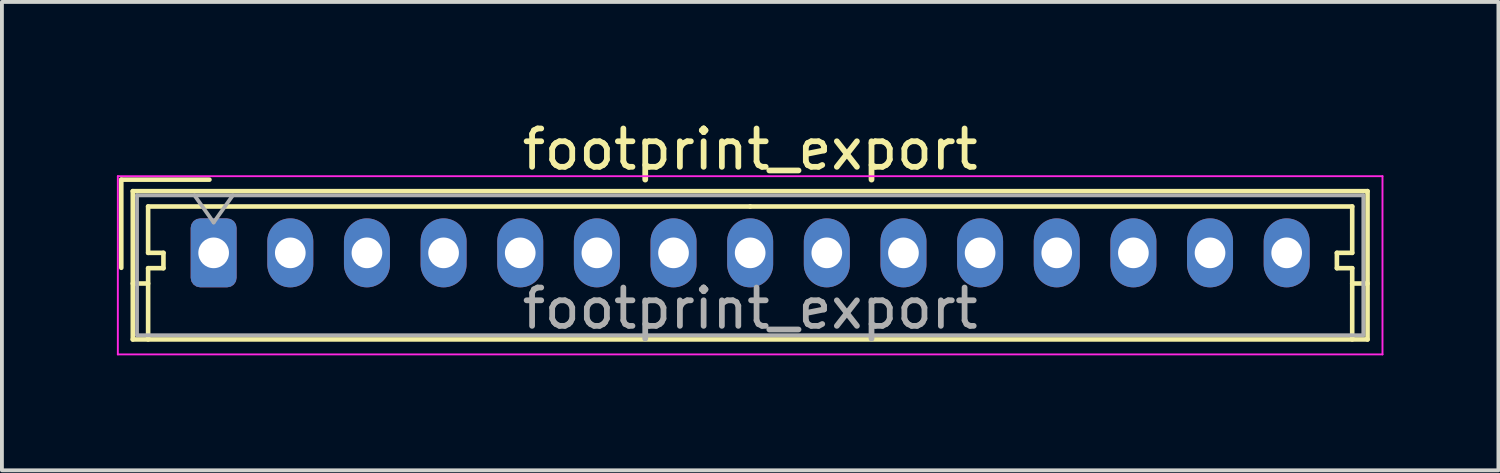
<source format=kicad_pcb>
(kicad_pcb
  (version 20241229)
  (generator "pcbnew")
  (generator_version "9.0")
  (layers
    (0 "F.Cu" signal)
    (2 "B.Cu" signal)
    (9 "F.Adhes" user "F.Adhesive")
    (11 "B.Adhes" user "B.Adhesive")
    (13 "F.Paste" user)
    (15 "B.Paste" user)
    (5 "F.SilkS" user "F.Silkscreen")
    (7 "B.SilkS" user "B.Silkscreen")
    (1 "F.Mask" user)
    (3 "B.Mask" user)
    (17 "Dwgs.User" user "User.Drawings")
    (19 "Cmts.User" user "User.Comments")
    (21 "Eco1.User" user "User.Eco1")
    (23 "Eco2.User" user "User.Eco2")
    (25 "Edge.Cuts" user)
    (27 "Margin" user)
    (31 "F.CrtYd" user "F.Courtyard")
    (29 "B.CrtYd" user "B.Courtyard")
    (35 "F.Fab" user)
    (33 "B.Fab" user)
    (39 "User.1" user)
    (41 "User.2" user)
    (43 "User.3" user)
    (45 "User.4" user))
  (footprint "footprint_export"
    (layer "F.Cu")
    (at 2.525 3.548)
    (property "Reference" "footprint_export" (at 14 -2.7 0) (layer "F.SilkS") (effects (font (size 1 1) (thickness 0.15))))
    (attr through_hole)
    (fp_line (start -2.41 -1.91) (end -2.41 0.39) (stroke (width 0.12) (type solid)) (layer "F.SilkS"))
    (fp_line (start -2.11 -1.61) (end -2.11 2.26) (stroke (width 0.12) (type solid)) (layer "F.SilkS"))
    (fp_line (start -2.11 0.8) (end -1.71 0.8) (stroke (width 0.12) (type solid)) (layer "F.SilkS"))
    (fp_line (start -2.11 2.26) (end 30.11 2.26) (stroke (width 0.12) (type solid)) (layer "F.SilkS"))
    (fp_line (start -1.71 -1.21) (end -1.71 0) (stroke (width 0.12) (type solid)) (layer "F.SilkS"))
    (fp_line (start -1.71 0) (end -1.31 0) (stroke (width 0.12) (type solid)) (layer "F.SilkS"))
    (fp_line (start -1.71 0.4) (end -1.71 2.26) (stroke (width 0.12) (type solid)) (layer "F.SilkS"))
    (fp_line (start -1.31 0) (end -1.31 0.4) (stroke (width 0.12) (type solid)) (layer "F.SilkS"))
    (fp_line (start -1.31 0.4) (end -1.71 0.4) (stroke (width 0.12) (type solid)) (layer "F.SilkS"))
    (fp_line (start -0.11 -1.91) (end -2.41 -1.91) (stroke (width 0.12) (type solid)) (layer "F.SilkS"))
    (fp_line (start 14 -1.21) (end -1.71 -1.21) (stroke (width 0.12) (type solid)) (layer "F.SilkS"))
    (fp_line (start 14 -1.21) (end 29.71 -1.21) (stroke (width 0.12) (type solid)) (layer "F.SilkS"))
    (fp_line (start 29.31 0) (end 29.31 0.4) (stroke (width 0.12) (type solid)) (layer "F.SilkS"))
    (fp_line (start 29.31 0.4) (end 29.71 0.4) (stroke (width 0.12) (type solid)) (layer "F.SilkS"))
    (fp_line (start 29.71 -1.21) (end 29.71 0) (stroke (width 0.12) (type solid)) (layer "F.SilkS"))
    (fp_line (start 29.71 0) (end 29.31 0) (stroke (width 0.12) (type solid)) (layer "F.SilkS"))
    (fp_line (start 29.71 0.4) (end 29.71 2.26) (stroke (width 0.12) (type solid)) (layer "F.SilkS"))
    (fp_line (start 30.11 -1.61) (end -2.11 -1.61) (stroke (width 0.12) (type solid)) (layer "F.SilkS"))
    (fp_line (start 30.11 0.8) (end 29.71 0.8) (stroke (width 0.12) (type solid)) (layer "F.SilkS"))
    (fp_line (start 30.11 2.26) (end 30.11 -1.61) (stroke (width 0.12) (type solid)) (layer "F.SilkS"))
    (fp_line (start -2.5 -2) (end -2.5 2.65) (stroke (width 0.05) (type solid)) (layer "F.CrtYd"))
    (fp_line (start -2.5 2.65) (end 30.5 2.65) (stroke (width 0.05) (type solid)) (layer "F.CrtYd"))
    (fp_line (start 30.5 -2) (end -2.5 -2) (stroke (width 0.05) (type solid)) (layer "F.CrtYd"))
    (fp_line (start 30.5 2.65) (end 30.5 -2) (stroke (width 0.05) (type solid)) (layer "F.CrtYd"))
    (fp_line (start -2 -1.5) (end -2 2.15) (stroke (width 0.1) (type solid)) (layer "F.Fab"))
    (fp_line (start -2 2.15) (end 30 2.15) (stroke (width 0.1) (type solid)) (layer "F.Fab"))
    (fp_line (start -0.5 -1.5) (end 0 -0.793) (stroke (width 0.1) (type solid)) (layer "F.Fab"))
    (fp_line (start 0 -0.793) (end 0.5 -1.5) (stroke (width 0.1) (type solid)) (layer "F.Fab"))
    (fp_line (start 30 -1.5) (end -2 -1.5) (stroke (width 0.1) (type solid)) (layer "F.Fab"))
    (fp_line (start 30 2.15) (end 30 -1.5) (stroke (width 0.1) (type solid)) (layer "F.Fab"))
    (fp_text user "${REFERENCE}" (at 14 1.45 0) (layer "F.Fab") (effects (font (size 1 1) (thickness 0.15))))
    (pad "1" thru_hole roundrect (at 0 0) (size 1.2 1.8) (drill 0.8) (layers "*.Cu" "*.Mask") (roundrect_rratio 0.208))
    (pad "2" thru_hole oval (at 2 0) (size 1.2 1.8) (drill 0.8) (layers "*.Cu" "*.Mask"))
    (pad "3" thru_hole oval (at 4 0) (size 1.2 1.8) (drill 0.8) (layers "*.Cu" "*.Mask"))
    (pad "4" thru_hole oval (at 6 0) (size 1.2 1.8) (drill 0.8) (layers "*.Cu" "*.Mask"))
    (pad "5" thru_hole oval (at 8 0) (size 1.2 1.8) (drill 0.8) (layers "*.Cu" "*.Mask"))
    (pad "6" thru_hole oval (at 10 0) (size 1.2 1.8) (drill 0.8) (layers "*.Cu" "*.Mask"))
    (pad "7" thru_hole oval (at 12 0) (size 1.2 1.8) (drill 0.8) (layers "*.Cu" "*.Mask"))
    (pad "8" thru_hole oval (at 14 0) (size 1.2 1.8) (drill 0.8) (layers "*.Cu" "*.Mask"))
    (pad "9" thru_hole oval (at 16 0) (size 1.2 1.8) (drill 0.8) (layers "*.Cu" "*.Mask"))
    (pad "10" thru_hole oval (at 18 0) (size 1.2 1.8) (drill 0.8) (layers "*.Cu" "*.Mask"))
    (pad "11" thru_hole oval (at 20 0) (size 1.2 1.8) (drill 0.8) (layers "*.Cu" "*.Mask"))
    (pad "12" thru_hole oval (at 22 0) (size 1.2 1.8) (drill 0.8) (layers "*.Cu" "*.Mask"))
    (pad "13" thru_hole oval (at 24 0) (size 1.2 1.8) (drill 0.8) (layers "*.Cu" "*.Mask"))
    (pad "14" thru_hole oval (at 26 0) (size 1.2 1.8) (drill 0.8) (layers "*.Cu" "*.Mask"))
    (pad "15" thru_hole oval (at 28 0) (size 1.2 1.8) (drill 0.8) (layers "*.Cu" "*.Mask")))
  (gr_rect
    (start -3 -3)
    (end 36.05 9.223)
    (stroke (width 0.1) (type default))
    (fill no)
    (layer "Edge.Cuts")))
</source>
